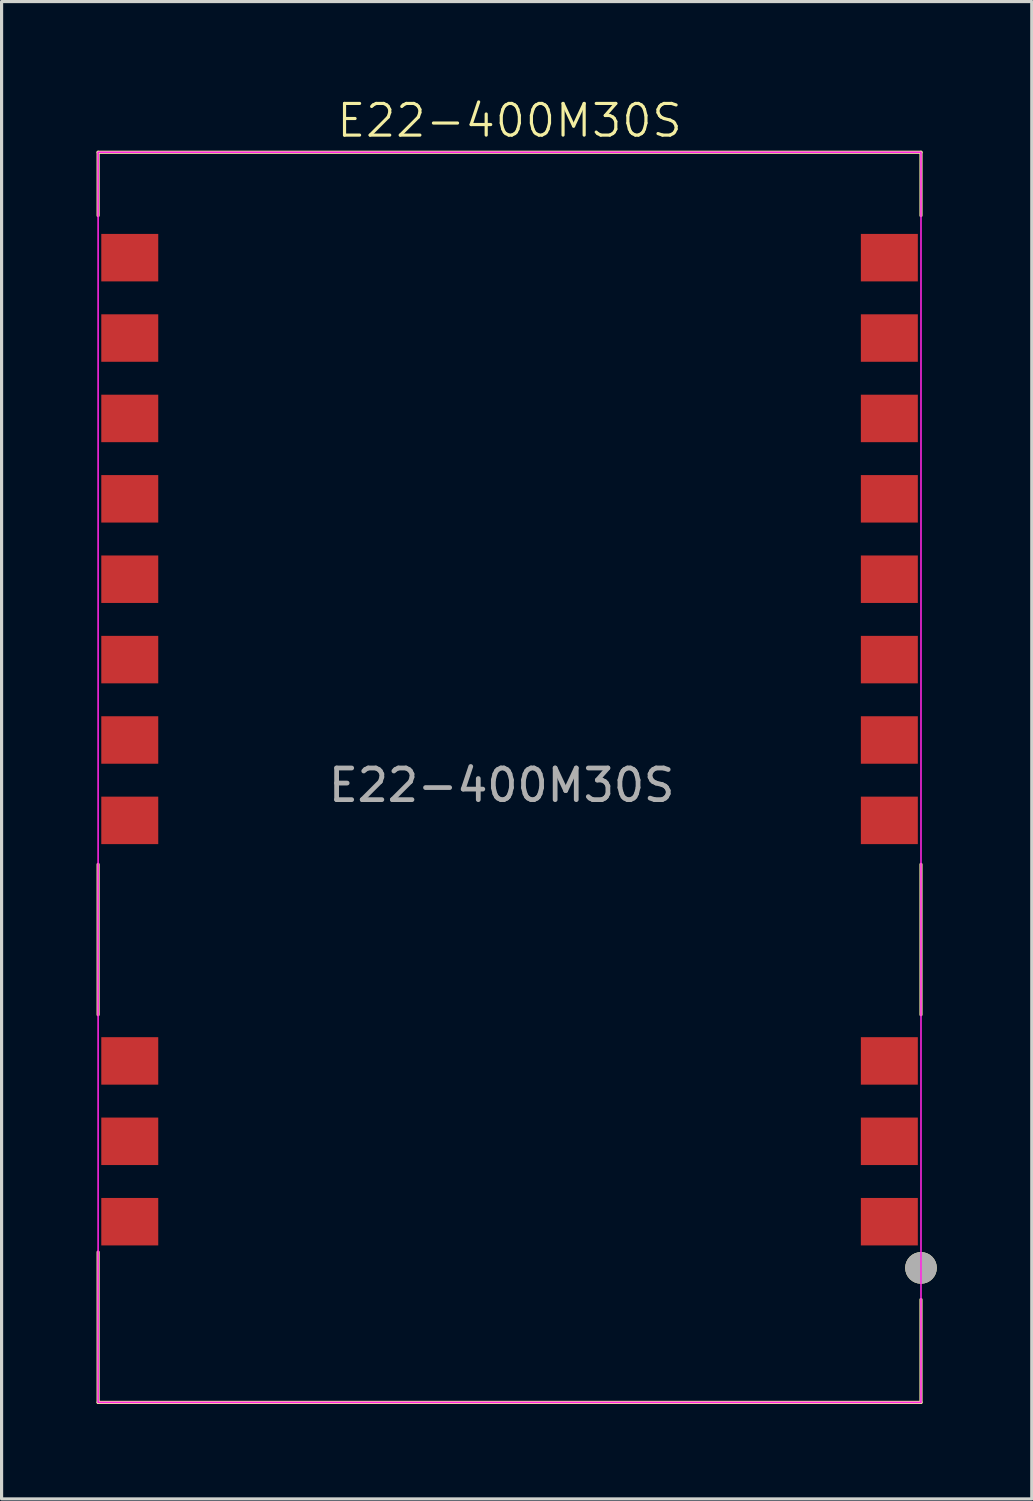
<source format=kicad_pcb>
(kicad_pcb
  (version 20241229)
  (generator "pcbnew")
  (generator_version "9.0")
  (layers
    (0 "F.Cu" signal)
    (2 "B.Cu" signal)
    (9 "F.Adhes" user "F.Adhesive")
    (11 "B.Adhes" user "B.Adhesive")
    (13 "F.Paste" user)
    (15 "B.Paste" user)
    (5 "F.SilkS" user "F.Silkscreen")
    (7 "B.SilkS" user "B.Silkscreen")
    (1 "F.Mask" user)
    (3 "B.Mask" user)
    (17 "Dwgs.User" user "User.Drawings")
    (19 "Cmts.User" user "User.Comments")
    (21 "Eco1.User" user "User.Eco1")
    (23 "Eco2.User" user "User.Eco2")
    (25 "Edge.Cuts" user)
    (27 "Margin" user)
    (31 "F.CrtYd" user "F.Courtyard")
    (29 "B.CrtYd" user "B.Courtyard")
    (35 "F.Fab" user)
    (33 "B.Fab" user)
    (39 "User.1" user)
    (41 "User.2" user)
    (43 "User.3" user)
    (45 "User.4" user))
  (footprint "E22-400M30S"
    (layer "F.Cu")
    (at 13.05 21.761)
    (property "Reference" "E22-400M30S" (at 0 -21 0) (unlocked yes) (layer "F.SilkS") (effects (font (size 1 1) (thickness 0.1))))
    (attr smd)
    (fp_line (start -13 -20) (end -13 -18) (stroke (width 0.1) (type default)) (layer "F.SilkS"))
    (fp_line (start -13 2.5) (end -13 7.25) (stroke (width 0.1) (type default)) (layer "F.SilkS"))
    (fp_line (start -13 14.75) (end -13 19.5) (stroke (width 0.1) (type default)) (layer "F.SilkS"))
    (fp_line (start 13 -20) (end -13 -20) (stroke (width 0.1) (type default)) (layer "F.SilkS"))
    (fp_line (start 13 -18) (end 13 -20) (stroke (width 0.1) (type default)) (layer "F.SilkS"))
    (fp_line (start 13 2.5) (end 13 7.25) (stroke (width 0.1) (type default)) (layer "F.SilkS"))
    (fp_line (start 13 19.5) (end -13 19.5) (stroke (width 0.1) (type default)) (layer "F.SilkS"))
    (fp_line (start 13 19.5) (end 13 16.25) (stroke (width 0.1) (type default)) (layer "F.SilkS"))
    (fp_circle (center 13 15.25) (end 13.25 15.25) (stroke (width 0.5) (type default)) (fill no) (layer "F.SilkS"))
    (fp_rect (start -12 19.25) (end 12 -19.25) (stroke (width 0.1) (type default)) (fill no) (layer "Eco1.User"))
    (fp_rect (start -13 -20) (end 13 19.5) (stroke (width 0.05) (type default)) (fill no) (layer "F.CrtYd"))
    (fp_circle (center 13 15.25) (end 13.25 15.25) (stroke (width 0.5) (type default)) (fill no) (layer "F.Fab"))
    (fp_text user "${REFERENCE}" (at -0.25 0 0) (unlocked yes) (layer "F.Fab") (effects (font (size 1 1) (thickness 0.15))))
    (dimension (type aligned) (layer "Eco1.User") (pts (xy 25.05 30.471) (xy 25.05 33.011)) (height 2) (format (prefix "") (suffix "") (units 3) (units_format 1) (precision 4) (suppress_zeroes yes)) (style (thickness 0.1) (arrow_length 1.27) (text_position_mode 2) (arrow_direction outward) (extension_height 0.586) (extension_offset 0.5) (keep_text_aligned yes)) (gr_text "2.54 mm" (at 19.05 31.761 90) (layer "Eco1.User") (effects (font (size 1 1) (thickness 0.15)))))
    (dimension (type aligned) (layer "Eco1.User") (pts (xy 25.05 30.471) (xy 25.05 22.87)) (height -2) (format (prefix "") (suffix "") (units 3) (units_format 1) (precision 4) (suppress_zeroes yes)) (style (thickness 0.1) (arrow_length 1.27) (text_position_mode 2) (arrow_direction outward) (extension_height 0.586) (extension_offset 0.5) (keep_text_aligned yes)) (gr_text "7.6 mm" (at 21.05 26.671 90) (layer "Eco1.User") (effects (font (size 1 1) (thickness 0.15)))))
    (dimension (type aligned) (layer "Eco1.User") (pts (xy 25.05 41.011) (xy 1.05 41.011)) (height 2.25) (format (prefix "") (suffix "") (units 3) (units_format 1) (precision 4) (suppress_zeroes yes)) (style (thickness 0.1) (arrow_length 1.27) (text_position_mode 0) (arrow_direction outward) (extension_height 0.586) (extension_offset 0.5) (keep_text_aligned yes)) (gr_text "24 mm" (at 13.05 37.611 0) (layer "Eco1.User") (effects (font (size 1 1) (thickness 0.15)))))
    (dimension (type aligned) (layer "Eco1.User") (pts (xy 25.05 35.55) (xy 25.05 41.011)) (height 2) (format (prefix "") (suffix "") (units 3) (units_format 1) (precision 4) (suppress_zeroes yes)) (style (thickness 0.1) (arrow_length 1.27) (text_position_mode 2) (arrow_direction outward) (extension_height 0.586) (extension_offset 0.5) (keep_text_aligned yes)) (gr_text "5.46 mm" (at 21.05 34.761 90) (layer "Eco1.User") (effects (font (size 1 1) (thickness 0.15)))))
    (dimension (type aligned) (layer "Eco1.User") (pts (xy 1.05 41.011) (xy 1.05 2.51)) (height 2) (format (prefix "") (suffix "") (units 3) (units_format 1) (precision 4) (suppress_zeroes yes)) (style (thickness 0.1) (arrow_length 1.27) (text_position_mode 2) (arrow_direction outward) (extension_height 0.586) (extension_offset 0.5) (keep_text_aligned yes)) (gr_text "38.5 mm" (at 4.05 21.761 90) (layer "Eco1.User") (effects (font (size 1 1) (thickness 0.15)))))
    (dimension (type aligned) (layer "Eco1.User") (pts (xy 25.05 2.51) (xy 25.05 5.09)) (height 2) (format (prefix "") (suffix "") (units 3) (units_format 1) (precision 4) (suppress_zeroes yes)) (style (thickness 0.1) (arrow_length 1.27) (text_position_mode 2) (arrow_direction outward) (extension_height 0.586) (extension_offset 0.5) (keep_text_aligned yes)) (gr_text "2.58 mm" (at 22.05 6.761 90) (layer "Eco1.User") (effects (font (size 1 1) (thickness 0.15)))))
    (pad "1" smd rect (at 12 13.79) (size 1.8 1.5) (layers "F.Cu" "F.Mask" "F.Paste"))
    (pad "2" smd rect (at 12 11.25) (size 1.8 1.5) (layers "F.Cu" "F.Mask" "F.Paste"))
    (pad "3" smd rect (at 12 8.71) (size 1.8 1.5) (layers "F.Cu" "F.Mask" "F.Paste"))
    (pad "4" smd rect (at 12 1.11) (size 1.8 1.5) (layers "F.Cu" "F.Mask" "F.Paste"))
    (pad "5" smd rect (at 12 -1.43) (size 1.8 1.5) (layers "F.Cu" "F.Mask" "F.Paste"))
    (pad "6" smd rect (at 12 -3.97) (size 1.8 1.5) (layers "F.Cu" "F.Mask" "F.Paste"))
    (pad "7" smd rect (at 12 -6.51) (size 1.8 1.5) (layers "F.Cu" "F.Mask" "F.Paste"))
    (pad "8" smd rect (at 12 -9.05) (size 1.8 1.5) (layers "F.Cu" "F.Mask" "F.Paste"))
    (pad "9" smd rect (at 12 -11.59) (size 1.8 1.5) (layers "F.Cu" "F.Mask" "F.Paste"))
    (pad "10" smd rect (at 12 -14.13) (size 1.8 1.5) (layers "F.Cu" "F.Mask" "F.Paste"))
    (pad "11" smd rect (at 12 -16.67) (size 1.8 1.5) (layers "F.Cu" "F.Mask" "F.Paste"))
    (pad "12" smd rect (at -12 -16.67) (size 1.8 1.5) (layers "F.Cu" "F.Mask" "F.Paste"))
    (pad "13" smd rect (at -12 -14.13) (size 1.8 1.5) (layers "F.Cu" "F.Mask" "F.Paste"))
    (pad "14" smd rect (at -12 -11.59) (size 1.8 1.5) (layers "F.Cu" "F.Mask" "F.Paste"))
    (pad "15" smd rect (at -12 -9.05) (size 1.8 1.5) (layers "F.Cu" "F.Mask" "F.Paste"))
    (pad "16" smd rect (at -12 -6.51) (size 1.8 1.5) (layers "F.Cu" "F.Mask" "F.Paste"))
    (pad "17" smd rect (at -12 -3.97) (size 1.8 1.5) (layers "F.Cu" "F.Mask" "F.Paste"))
    (pad "18" smd rect (at -12 -1.43) (size 1.8 1.5) (layers "F.Cu" "F.Mask" "F.Paste"))
    (pad "19" smd rect (at -12 1.11) (size 1.8 1.5) (layers "F.Cu" "F.Mask" "F.Paste"))
    (pad "20" smd rect (at -12 8.71) (size 1.8 1.5) (layers "F.Cu" "F.Mask" "F.Paste"))
    (pad "21" smd rect (at -12 11.25) (size 1.8 1.5) (layers "F.Cu" "F.Mask" "F.Paste"))
    (pad "22" smd rect (at -12 13.79) (size 1.8 1.5) (layers "F.Cu" "F.Mask" "F.Paste")))
  (gr_rect
    (start -3 -3)
    (end 29.55 44.31)
    (stroke (width 0.1) (type default))
    (fill no)
    (layer "Edge.Cuts")))
</source>
